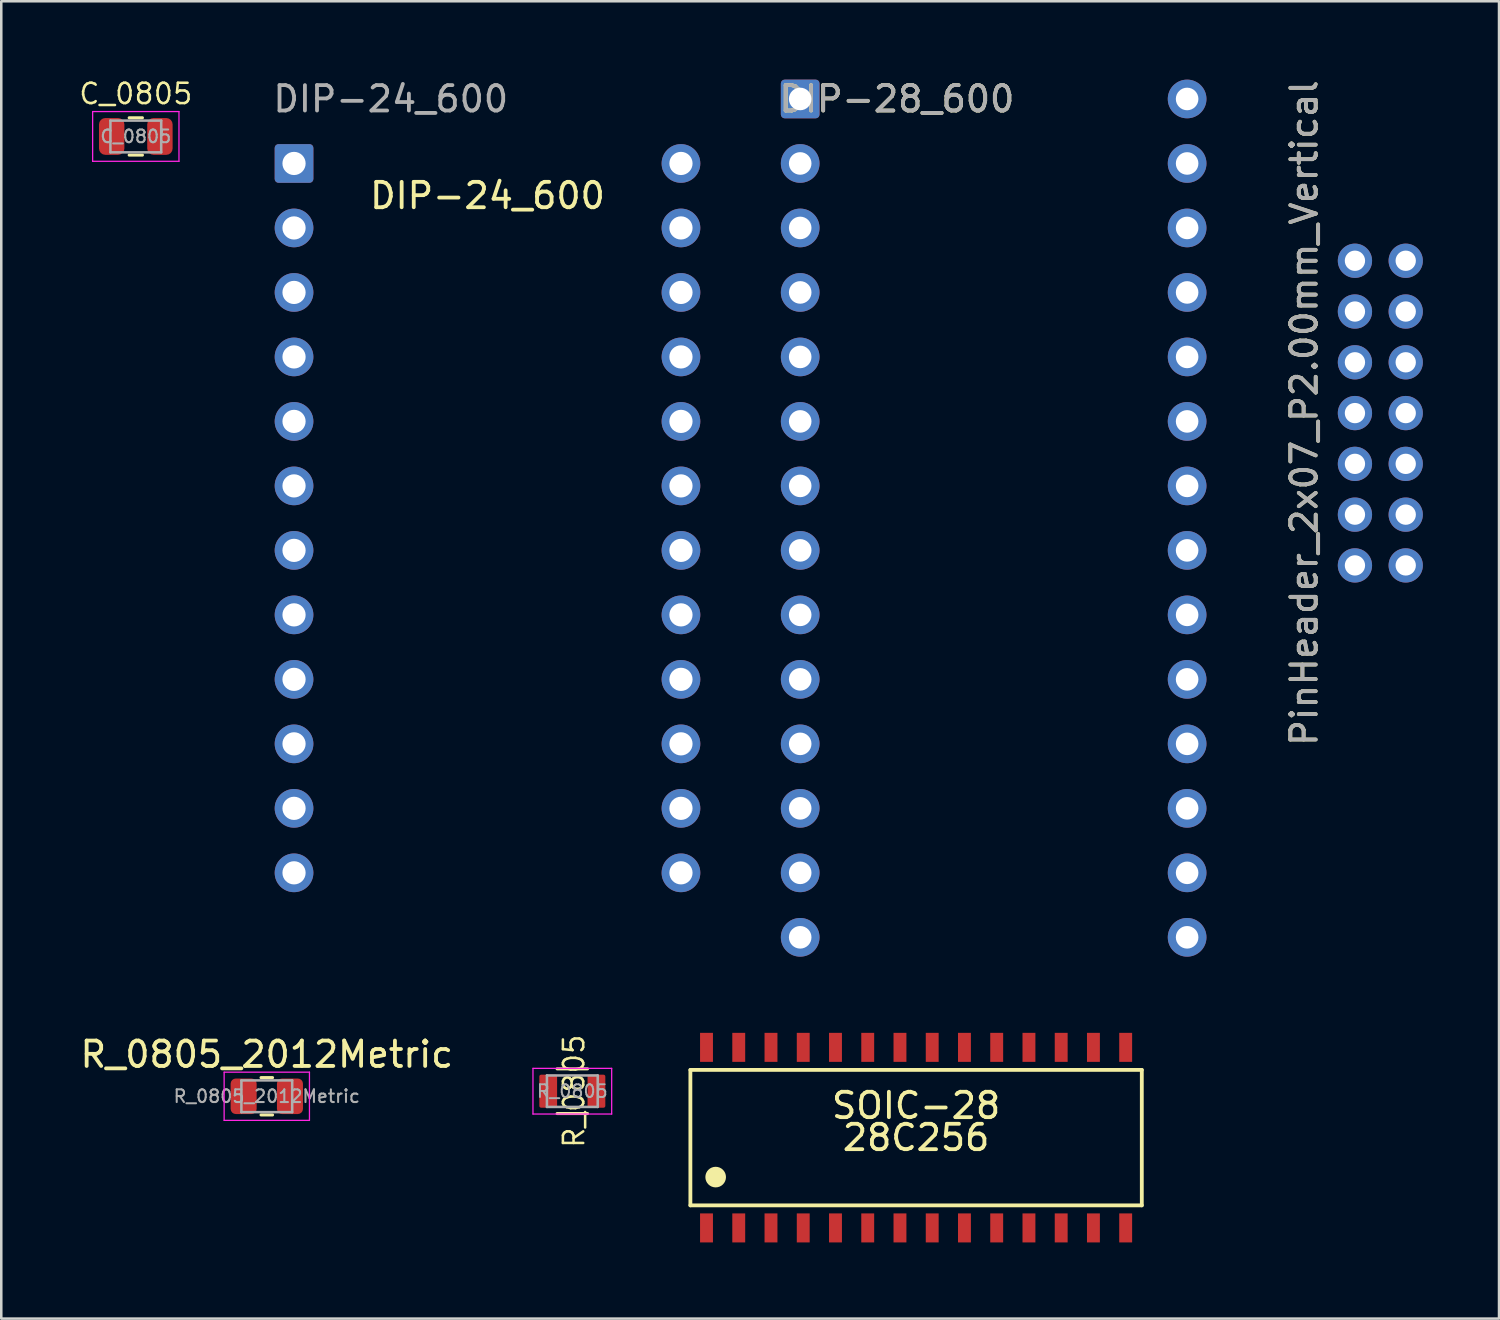
<source format=kicad_pcb>
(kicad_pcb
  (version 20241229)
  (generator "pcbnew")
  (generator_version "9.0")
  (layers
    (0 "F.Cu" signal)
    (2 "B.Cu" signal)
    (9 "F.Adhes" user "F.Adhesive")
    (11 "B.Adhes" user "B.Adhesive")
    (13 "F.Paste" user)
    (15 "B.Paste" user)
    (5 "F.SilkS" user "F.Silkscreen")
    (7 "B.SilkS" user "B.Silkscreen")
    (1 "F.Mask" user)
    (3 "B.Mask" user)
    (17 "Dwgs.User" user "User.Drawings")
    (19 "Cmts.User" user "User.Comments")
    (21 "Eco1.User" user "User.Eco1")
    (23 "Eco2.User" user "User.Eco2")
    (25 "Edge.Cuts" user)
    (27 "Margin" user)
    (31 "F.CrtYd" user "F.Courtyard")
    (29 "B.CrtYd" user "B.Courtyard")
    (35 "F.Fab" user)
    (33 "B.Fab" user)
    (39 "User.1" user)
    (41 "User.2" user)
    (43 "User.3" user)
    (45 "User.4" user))
  (footprint "C_0805"
    (layer "F.Cu")
    (at 2.299 2.324)
    (property "Reference" "C_0805" (at 0 -1.68 0) (layer "F.SilkS") (effects (font (size 0.8 0.8) (thickness 0.1))))
    (attr smd)
    (fp_line (start -0.261 -0.735) (end 0.261 -0.735) (stroke (width 0.12) (type solid)) (layer "F.SilkS"))
    (fp_line (start -0.261 0.735) (end 0.261 0.735) (stroke (width 0.12) (type solid)) (layer "F.SilkS"))
    (fp_line (start -1.7 -0.98) (end 1.7 -0.98) (stroke (width 0.05) (type solid)) (layer "F.CrtYd"))
    (fp_line (start -1.7 0.98) (end -1.7 -0.98) (stroke (width 0.05) (type solid)) (layer "F.CrtYd"))
    (fp_line (start 1.7 -0.98) (end 1.7 0.98) (stroke (width 0.05) (type solid)) (layer "F.CrtYd"))
    (fp_line (start 1.7 0.98) (end -1.7 0.98) (stroke (width 0.05) (type solid)) (layer "F.CrtYd"))
    (fp_line (start -1 -0.625) (end 1 -0.625) (stroke (width 0.1) (type solid)) (layer "F.Fab"))
    (fp_line (start -1 0.625) (end -1 -0.625) (stroke (width 0.1) (type solid)) (layer "F.Fab"))
    (fp_line (start 1 -0.625) (end 1 0.625) (stroke (width 0.1) (type solid)) (layer "F.Fab"))
    (fp_line (start 1 0.625) (end -1 0.625) (stroke (width 0.1) (type solid)) (layer "F.Fab"))
    (fp_text user "${REFERENCE}" (at 0 0 0) (layer "F.Fab") (effects (font (size 0.5 0.5) (thickness 0.08))))
    (pad "1" smd roundrect (at -0.95 0) (size 1 1.45) (layers "F.Cu" "F.Mask" "F.Paste") (roundrect_rratio 0.25))
    (pad "2" smd roundrect (at 0.95 0) (size 1 1.45) (layers "F.Cu" "F.Mask" "F.Paste") (roundrect_rratio 0.25)))
  (footprint "R_0805_2012Metric"
    (layer "F.Cu")
    (at 7.458 40.129)
    (property "Reference" "R_0805_2012Metric" (at 0 -1.65 0) (layer "F.SilkS") (effects (font (size 1 1) (thickness 0.15))))
    (attr smd)
    (fp_line (start -0.227 -0.735) (end 0.227 -0.735) (stroke (width 0.12) (type solid)) (layer "F.SilkS"))
    (fp_line (start -0.227 0.735) (end 0.227 0.735) (stroke (width 0.12) (type solid)) (layer "F.SilkS"))
    (fp_line (start -1.68 -0.95) (end 1.68 -0.95) (stroke (width 0.05) (type solid)) (layer "F.CrtYd"))
    (fp_line (start -1.68 0.95) (end -1.68 -0.95) (stroke (width 0.05) (type solid)) (layer "F.CrtYd"))
    (fp_line (start 1.68 -0.95) (end 1.68 0.95) (stroke (width 0.05) (type solid)) (layer "F.CrtYd"))
    (fp_line (start 1.68 0.95) (end -1.68 0.95) (stroke (width 0.05) (type solid)) (layer "F.CrtYd"))
    (fp_line (start -1 -0.625) (end 1 -0.625) (stroke (width 0.1) (type solid)) (layer "F.Fab"))
    (fp_line (start -1 0.625) (end -1 -0.625) (stroke (width 0.1) (type solid)) (layer "F.Fab"))
    (fp_line (start 1 -0.625) (end 1 0.625) (stroke (width 0.1) (type solid)) (layer "F.Fab"))
    (fp_line (start 1 0.625) (end -1 0.625) (stroke (width 0.1) (type solid)) (layer "F.Fab"))
    (fp_text user "${REFERENCE}" (at 0 0 0) (layer "F.Fab") (effects (font (size 0.5 0.5) (thickness 0.08))))
    (pad "1" smd roundrect (at -0.912 0) (size 1.025 1.4) (layers "F.Cu" "F.Mask" "F.Paste") (roundrect_rratio 0.2))
    (pad "2" smd roundrect (at 0.912 0) (size 1.025 1.4) (layers "F.Cu" "F.Mask" "F.Paste") (roundrect_rratio 0.2)))
  (footprint "R_0805"
    (layer "F.Cu")
    (at 19.492 39.929)
    (property "Reference" "R_0805" (at 0.064 0 90) (unlocked yes) (layer "F.SilkS") (effects (font (size 0.8 0.8) (thickness 0.1))))
    (attr smd)
    (fp_line (start -0.6 -0.88) (end 0.6 -0.88) (stroke (width 0.12) (type solid)) (layer "F.SilkS"))
    (fp_line (start 0.6 0.88) (end -0.6 0.88) (stroke (width 0.12) (type solid)) (layer "F.SilkS"))
    (fp_line (start -1.55 -0.9) (end -1.55 0.9) (stroke (width 0.05) (type solid)) (layer "F.CrtYd"))
    (fp_line (start -1.55 -0.9) (end 1.55 -0.9) (stroke (width 0.05) (type solid)) (layer "F.CrtYd"))
    (fp_line (start 1.55 0.9) (end -1.55 0.9) (stroke (width 0.05) (type solid)) (layer "F.CrtYd"))
    (fp_line (start 1.55 0.9) (end 1.55 -0.9) (stroke (width 0.05) (type solid)) (layer "F.CrtYd"))
    (fp_line (start -1 -0.62) (end 1 -0.62) (stroke (width 0.1) (type solid)) (layer "F.Fab"))
    (fp_line (start -1 0.62) (end -1 -0.62) (stroke (width 0.1) (type solid)) (layer "F.Fab"))
    (fp_line (start 1 -0.62) (end 1 0.62) (stroke (width 0.1) (type solid)) (layer "F.Fab"))
    (fp_line (start 1 0.62) (end -1 0.62) (stroke (width 0.1) (type solid)) (layer "F.Fab"))
    (fp_text user "${REFERENCE}" (at 0 0 0) (layer "F.Fab") (effects (font (size 0.5 0.5) (thickness 0.075))))
    (pad "1" smd roundrect (at -0.95 0) (size 0.7 1.3) (layers "F.Cu" "F.Mask" "F.Paste") (roundrect_rratio 0.1))
    (pad "2" smd roundrect (at 0.95 0) (size 0.7 1.3) (layers "F.Cu" "F.Mask" "F.Paste") (roundrect_rratio 0.1)))
  (footprint "DIP-24_600"
    (layer "F.Cu")
    (at 16.151 17.358)
    (property "Reference" "DIP-24_600" (at 0 -12.7 0) (layer "F.SilkS") (effects (font (size 1 1) (thickness 0.15))))
    (attr through_hole)
    (fp_text user "${REFERENCE}" (at -3.81 -16.51 0) (layer "F.Fab") (effects (font (size 1 1) (thickness 0.15))))
    (pad "1" thru_hole roundrect (at -7.62 -13.97) (size 1.524 1.524) (drill 0.914) (layers "*.Cu" "*.Mask") (roundrect_rratio 0.1))
    (pad "2" thru_hole circle (at -7.62 -11.43) (size 1.524 1.524) (drill 0.914) (layers "*.Cu" "*.Mask"))
    (pad "3" thru_hole circle (at -7.62 -8.89) (size 1.524 1.524) (drill 0.914) (layers "*.Cu" "*.Mask"))
    (pad "4" thru_hole circle (at -7.62 -6.35) (size 1.524 1.524) (drill 0.914) (layers "*.Cu" "*.Mask"))
    (pad "5" thru_hole circle (at -7.62 -3.81) (size 1.524 1.524) (drill 0.914) (layers "*.Cu" "*.Mask"))
    (pad "6" thru_hole circle (at -7.62 -1.27) (size 1.524 1.524) (drill 0.914) (layers "*.Cu" "*.Mask"))
    (pad "7" thru_hole circle (at -7.62 1.27) (size 1.524 1.524) (drill 0.914) (layers "*.Cu" "*.Mask"))
    (pad "8" thru_hole circle (at -7.62 3.81) (size 1.524 1.524) (drill 0.914) (layers "*.Cu" "*.Mask"))
    (pad "9" thru_hole circle (at -7.62 6.35) (size 1.524 1.524) (drill 0.914) (layers "*.Cu" "*.Mask"))
    (pad "10" thru_hole circle (at -7.62 8.89) (size 1.524 1.524) (drill 0.914) (layers "*.Cu" "*.Mask"))
    (pad "11" thru_hole circle (at -7.62 11.43) (size 1.524 1.524) (drill 0.914) (layers "*.Cu" "*.Mask"))
    (pad "12" thru_hole circle (at -7.62 13.97) (size 1.524 1.524) (drill 0.914) (layers "*.Cu" "*.Mask"))
    (pad "13" thru_hole circle (at 7.62 13.97) (size 1.524 1.524) (drill 0.914) (layers "*.Cu" "*.Mask"))
    (pad "14" thru_hole circle (at 7.62 11.43) (size 1.524 1.524) (drill 0.914) (layers "*.Cu" "*.Mask"))
    (pad "15" thru_hole circle (at 7.62 8.89) (size 1.524 1.524) (drill 0.914) (layers "*.Cu" "*.Mask"))
    (pad "16" thru_hole circle (at 7.62 6.35) (size 1.524 1.524) (drill 0.914) (layers "*.Cu" "*.Mask"))
    (pad "17" thru_hole circle (at 7.62 3.81) (size 1.524 1.524) (drill 0.914) (layers "*.Cu" "*.Mask"))
    (pad "18" thru_hole circle (at 7.62 1.27) (size 1.524 1.524) (drill 0.914) (layers "*.Cu" "*.Mask"))
    (pad "19" thru_hole circle (at 7.62 -1.27) (size 1.524 1.524) (drill 0.914) (layers "*.Cu" "*.Mask"))
    (pad "20" thru_hole circle (at 7.62 -3.81) (size 1.524 1.524) (drill 0.914) (layers "*.Cu" "*.Mask"))
    (pad "21" thru_hole circle (at 7.62 -6.35) (size 1.524 1.524) (drill 0.914) (layers "*.Cu" "*.Mask"))
    (pad "22" thru_hole circle (at 7.62 -8.89) (size 1.524 1.524) (drill 0.914) (layers "*.Cu" "*.Mask"))
    (pad "23" thru_hole circle (at 7.62 -11.43) (size 1.524 1.524) (drill 0.914) (layers "*.Cu" "*.Mask"))
    (pad "24" thru_hole circle (at 7.62 -13.97) (size 1.524 1.524) (drill 0.914) (layers "*.Cu" "*.Mask")))
  (footprint "PinHeader_2x07_P2.00mm_Vertical"
    (layer "F.Cu")
    (at 51.317 13.22)
    (property "Reference" "PinHeader_2x07_P2.00mm_Vertical" (at -3 0 90) (unlocked yes) (layer "F.SilkS") (effects (font (size 1 1) (thickness 0.15))))
    (attr through_hole)
    (fp_text user "${REFERENCE}" (at -3 0 90) (layer "F.Fab") (effects (font (size 1 1) (thickness 0.15))))
    (pad "1" thru_hole circle (at -1 -6) (size 1.35 1.35) (drill 0.8) (layers "*.Cu" "*.Mask"))
    (pad "2" thru_hole oval (at 1 -6) (size 1.35 1.35) (drill 0.8) (layers "*.Cu" "*.Mask"))
    (pad "3" thru_hole oval (at -1 -4) (size 1.35 1.35) (drill 0.8) (layers "*.Cu" "*.Mask"))
    (pad "4" thru_hole oval (at 1 -4) (size 1.35 1.35) (drill 0.8) (layers "*.Cu" "*.Mask"))
    (pad "5" thru_hole oval (at -1 -2) (size 1.35 1.35) (drill 0.8) (layers "*.Cu" "*.Mask"))
    (pad "6" thru_hole oval (at 1 -2) (size 1.35 1.35) (drill 0.8) (layers "*.Cu" "*.Mask"))
    (pad "7" thru_hole oval (at -1 0) (size 1.35 1.35) (drill 0.8) (layers "*.Cu" "*.Mask"))
    (pad "8" thru_hole oval (at 1 0) (size 1.35 1.35) (drill 0.8) (layers "*.Cu" "*.Mask"))
    (pad "9" thru_hole oval (at -1 2) (size 1.35 1.35) (drill 0.8) (layers "*.Cu" "*.Mask"))
    (pad "10" thru_hole oval (at 1 2) (size 1.35 1.35) (drill 0.8) (layers "*.Cu" "*.Mask"))
    (pad "11" thru_hole oval (at -1 4) (size 1.35 1.35) (drill 0.8) (layers "*.Cu" "*.Mask"))
    (pad "12" thru_hole oval (at 1 4) (size 1.35 1.35) (drill 0.8) (layers "*.Cu" "*.Mask"))
    (pad "13" thru_hole oval (at -1 6) (size 1.35 1.35) (drill 0.8) (layers "*.Cu" "*.Mask"))
    (pad "14" thru_hole oval (at 1 6) (size 1.35 1.35) (drill 0.8) (layers "*.Cu" "*.Mask")))
  (footprint "DIP-28_600"
    (layer "F.Cu")
    (at 36.087 17.358)
    (property "Reference" "DIP-28_600" (at -3.81 -16.51 0) (layer "F.SilkS") (effects (font (size 1 1) (thickness 0.15))))
    (attr through_hole)
    (fp_text user "${REFERENCE}" (at -3.81 -16.51 0) (layer "F.Fab") (effects (font (size 1 1) (thickness 0.15))))
    (pad "1" thru_hole roundrect (at -7.62 -16.51) (size 1.524 1.524) (drill 0.889) (layers "*.Cu" "*.Mask") (roundrect_rratio 0.1))
    (pad "2" thru_hole circle (at -7.62 -13.97) (size 1.524 1.524) (drill 0.889) (layers "*.Cu" "*.Mask"))
    (pad "3" thru_hole circle (at -7.62 -11.43) (size 1.524 1.524) (drill 0.889) (layers "*.Cu" "*.Mask"))
    (pad "4" thru_hole circle (at -7.62 -8.89) (size 1.524 1.524) (drill 0.889) (layers "*.Cu" "*.Mask"))
    (pad "5" thru_hole circle (at -7.62 -6.35) (size 1.524 1.524) (drill 0.889) (layers "*.Cu" "*.Mask"))
    (pad "6" thru_hole circle (at -7.62 -3.81) (size 1.524 1.524) (drill 0.889) (layers "*.Cu" "*.Mask"))
    (pad "7" thru_hole circle (at -7.62 -1.27) (size 1.524 1.524) (drill 0.889) (layers "*.Cu" "*.Mask"))
    (pad "8" thru_hole circle (at -7.62 1.27) (size 1.524 1.524) (drill 0.889) (layers "*.Cu" "*.Mask"))
    (pad "9" thru_hole circle (at -7.62 3.81) (size 1.524 1.524) (drill 0.889) (layers "*.Cu" "*.Mask"))
    (pad "10" thru_hole circle (at -7.62 6.35) (size 1.524 1.524) (drill 0.889) (layers "*.Cu" "*.Mask"))
    (pad "11" thru_hole circle (at -7.62 8.89) (size 1.524 1.524) (drill 0.889) (layers "*.Cu" "*.Mask"))
    (pad "12" thru_hole circle (at -7.62 11.43) (size 1.524 1.524) (drill 0.889) (layers "*.Cu" "*.Mask"))
    (pad "13" thru_hole circle (at -7.62 13.97) (size 1.524 1.524) (drill 0.889) (layers "*.Cu" "*.Mask"))
    (pad "14" thru_hole circle (at -7.62 16.51) (size 1.524 1.524) (drill 0.889) (layers "*.Cu" "*.Mask"))
    (pad "15" thru_hole circle (at 7.62 16.51) (size 1.524 1.524) (drill 0.889) (layers "*.Cu" "*.Mask"))
    (pad "16" thru_hole circle (at 7.62 13.97) (size 1.524 1.524) (drill 0.889) (layers "*.Cu" "*.Mask"))
    (pad "17" thru_hole circle (at 7.62 11.43) (size 1.524 1.524) (drill 0.889) (layers "*.Cu" "*.Mask"))
    (pad "18" thru_hole circle (at 7.62 8.89) (size 1.524 1.524) (drill 0.889) (layers "*.Cu" "*.Mask"))
    (pad "19" thru_hole circle (at 7.62 6.35) (size 1.524 1.524) (drill 0.889) (layers "*.Cu" "*.Mask"))
    (pad "20" thru_hole circle (at 7.62 3.81) (size 1.524 1.524) (drill 0.889) (layers "*.Cu" "*.Mask"))
    (pad "21" thru_hole circle (at 7.62 1.27) (size 1.524 1.524) (drill 0.889) (layers "*.Cu" "*.Mask"))
    (pad "22" thru_hole circle (at 7.62 -1.27) (size 1.524 1.524) (drill 0.889) (layers "*.Cu" "*.Mask"))
    (pad "23" thru_hole circle (at 7.62 -3.81) (size 1.524 1.524) (drill 0.889) (layers "*.Cu" "*.Mask"))
    (pad "24" thru_hole circle (at 7.62 -6.35) (size 1.524 1.524) (drill 0.889) (layers "*.Cu" "*.Mask"))
    (pad "25" thru_hole circle (at 7.62 -8.89) (size 1.524 1.524) (drill 0.889) (layers "*.Cu" "*.Mask"))
    (pad "26" thru_hole circle (at 7.62 -11.43) (size 1.524 1.524) (drill 0.889) (layers "*.Cu" "*.Mask"))
    (pad "27" thru_hole circle (at 7.62 -13.97) (size 1.524 1.524) (drill 0.889) (layers "*.Cu" "*.Mask"))
    (pad "28" thru_hole circle (at 7.62 -16.51) (size 1.524 1.524) (drill 0.889) (layers "*.Cu" "*.Mask")))
  (footprint "SOIC-28"
    (layer "F.Cu")
    (at 33.032 41.758)
    (property "Reference" "SOIC-28" (at 0 -1.262 0) (unlocked yes) (layer "F.SilkS") (effects (font (size 1 1) (thickness 0.15))))
    (attr smd)
    (fp_line (start -8.89 -2.667) (end -8.89 2.667) (stroke (width 0.15) (type solid)) (layer "F.SilkS"))
    (fp_line (start -8.89 -2.667) (end 8.89 -2.667) (stroke (width 0.15) (type solid)) (layer "F.SilkS"))
    (fp_line (start 8.89 2.667) (end -8.89 2.667) (stroke (width 0.15) (type solid)) (layer "F.SilkS"))
    (fp_line (start 8.89 2.667) (end 8.89 -2.667) (stroke (width 0.15) (type solid)) (layer "F.SilkS"))
    (fp_circle (center -7.894 1.554) (end -7.691 1.554) (stroke (width 0.406) (type solid)) (fill no) (layer "F.SilkS"))
    (fp_text user "28C256" (at 0 0 0) (unlocked yes) (layer "F.SilkS") (effects (font (size 1 1) (thickness 0.15))))
    (pad "1" smd rect (at -8.255 3.556) (size 0.508 1.143) (layers "F.Cu" "F.Mask" "F.Paste"))
    (pad "2" smd rect (at -6.985 3.556) (size 0.508 1.143) (layers "F.Cu" "F.Mask" "F.Paste"))
    (pad "3" smd rect (at -5.715 3.556) (size 0.508 1.143) (layers "F.Cu" "F.Mask" "F.Paste"))
    (pad "4" smd rect (at -4.445 3.556) (size 0.508 1.143) (layers "F.Cu" "F.Mask" "F.Paste"))
    (pad "5" smd rect (at -3.175 3.556) (size 0.508 1.143) (layers "F.Cu" "F.Mask" "F.Paste"))
    (pad "6" smd rect (at -1.905 3.556) (size 0.508 1.143) (layers "F.Cu" "F.Mask" "F.Paste"))
    (pad "7" smd rect (at -0.635 3.556) (size 0.508 1.143) (layers "F.Cu" "F.Mask" "F.Paste"))
    (pad "8" smd rect (at 0.635 3.556) (size 0.508 1.143) (layers "F.Cu" "F.Mask" "F.Paste"))
    (pad "9" smd rect (at 1.905 3.556) (size 0.508 1.143) (layers "F.Cu" "F.Mask" "F.Paste"))
    (pad "10" smd rect (at 3.175 3.556) (size 0.508 1.143) (layers "F.Cu" "F.Mask" "F.Paste"))
    (pad "11" smd rect (at 4.445 3.556) (size 0.508 1.143) (layers "F.Cu" "F.Mask" "F.Paste"))
    (pad "12" smd rect (at 5.715 3.556) (size 0.508 1.143) (layers "F.Cu" "F.Mask" "F.Paste"))
    (pad "13" smd rect (at 6.985 3.556) (size 0.508 1.143) (layers "F.Cu" "F.Mask" "F.Paste"))
    (pad "14" smd rect (at 8.255 3.556) (size 0.508 1.143) (layers "F.Cu" "F.Mask" "F.Paste"))
    (pad "15" smd rect (at 8.255 -3.556) (size 0.508 1.143) (layers "F.Cu" "F.Mask" "F.Paste"))
    (pad "16" smd rect (at 6.985 -3.556) (size 0.508 1.143) (layers "F.Cu" "F.Mask" "F.Paste"))
    (pad "17" smd rect (at 5.715 -3.556) (size 0.508 1.143) (layers "F.Cu" "F.Mask" "F.Paste"))
    (pad "18" smd rect (at 4.445 -3.556) (size 0.508 1.143) (layers "F.Cu" "F.Mask" "F.Paste"))
    (pad "19" smd rect (at 3.175 -3.556) (size 0.508 1.143) (layers "F.Cu" "F.Mask" "F.Paste"))
    (pad "20" smd rect (at 1.905 -3.556) (size 0.508 1.143) (layers "F.Cu" "F.Mask" "F.Paste"))
    (pad "21" smd rect (at 0.635 -3.556) (size 0.508 1.143) (layers "F.Cu" "F.Mask" "F.Paste"))
    (pad "22" smd rect (at -0.635 -3.556) (size 0.508 1.143) (layers "F.Cu" "F.Mask" "F.Paste"))
    (pad "23" smd rect (at -1.905 -3.556) (size 0.508 1.143) (layers "F.Cu" "F.Mask" "F.Paste"))
    (pad "24" smd rect (at -3.175 -3.556) (size 0.508 1.143) (layers "F.Cu" "F.Mask" "F.Paste"))
    (pad "25" smd rect (at -4.445 -3.556) (size 0.508 1.143) (layers "F.Cu" "F.Mask" "F.Paste"))
    (pad "26" smd rect (at -5.715 -3.556) (size 0.508 1.143) (layers "F.Cu" "F.Mask" "F.Paste"))
    (pad "27" smd rect (at -6.985 -3.556) (size 0.508 1.143) (layers "F.Cu" "F.Mask" "F.Paste"))
    (pad "28" smd rect (at -8.255 -3.556) (size 0.508 1.143) (layers "F.Cu" "F.Mask" "F.Paste")))
  (gr_rect
    (start -3 -3)
    (end 55.992 48.885)
    (stroke (width 0.1) (type default))
    (fill no)
    (layer "Edge.Cuts")))
</source>
